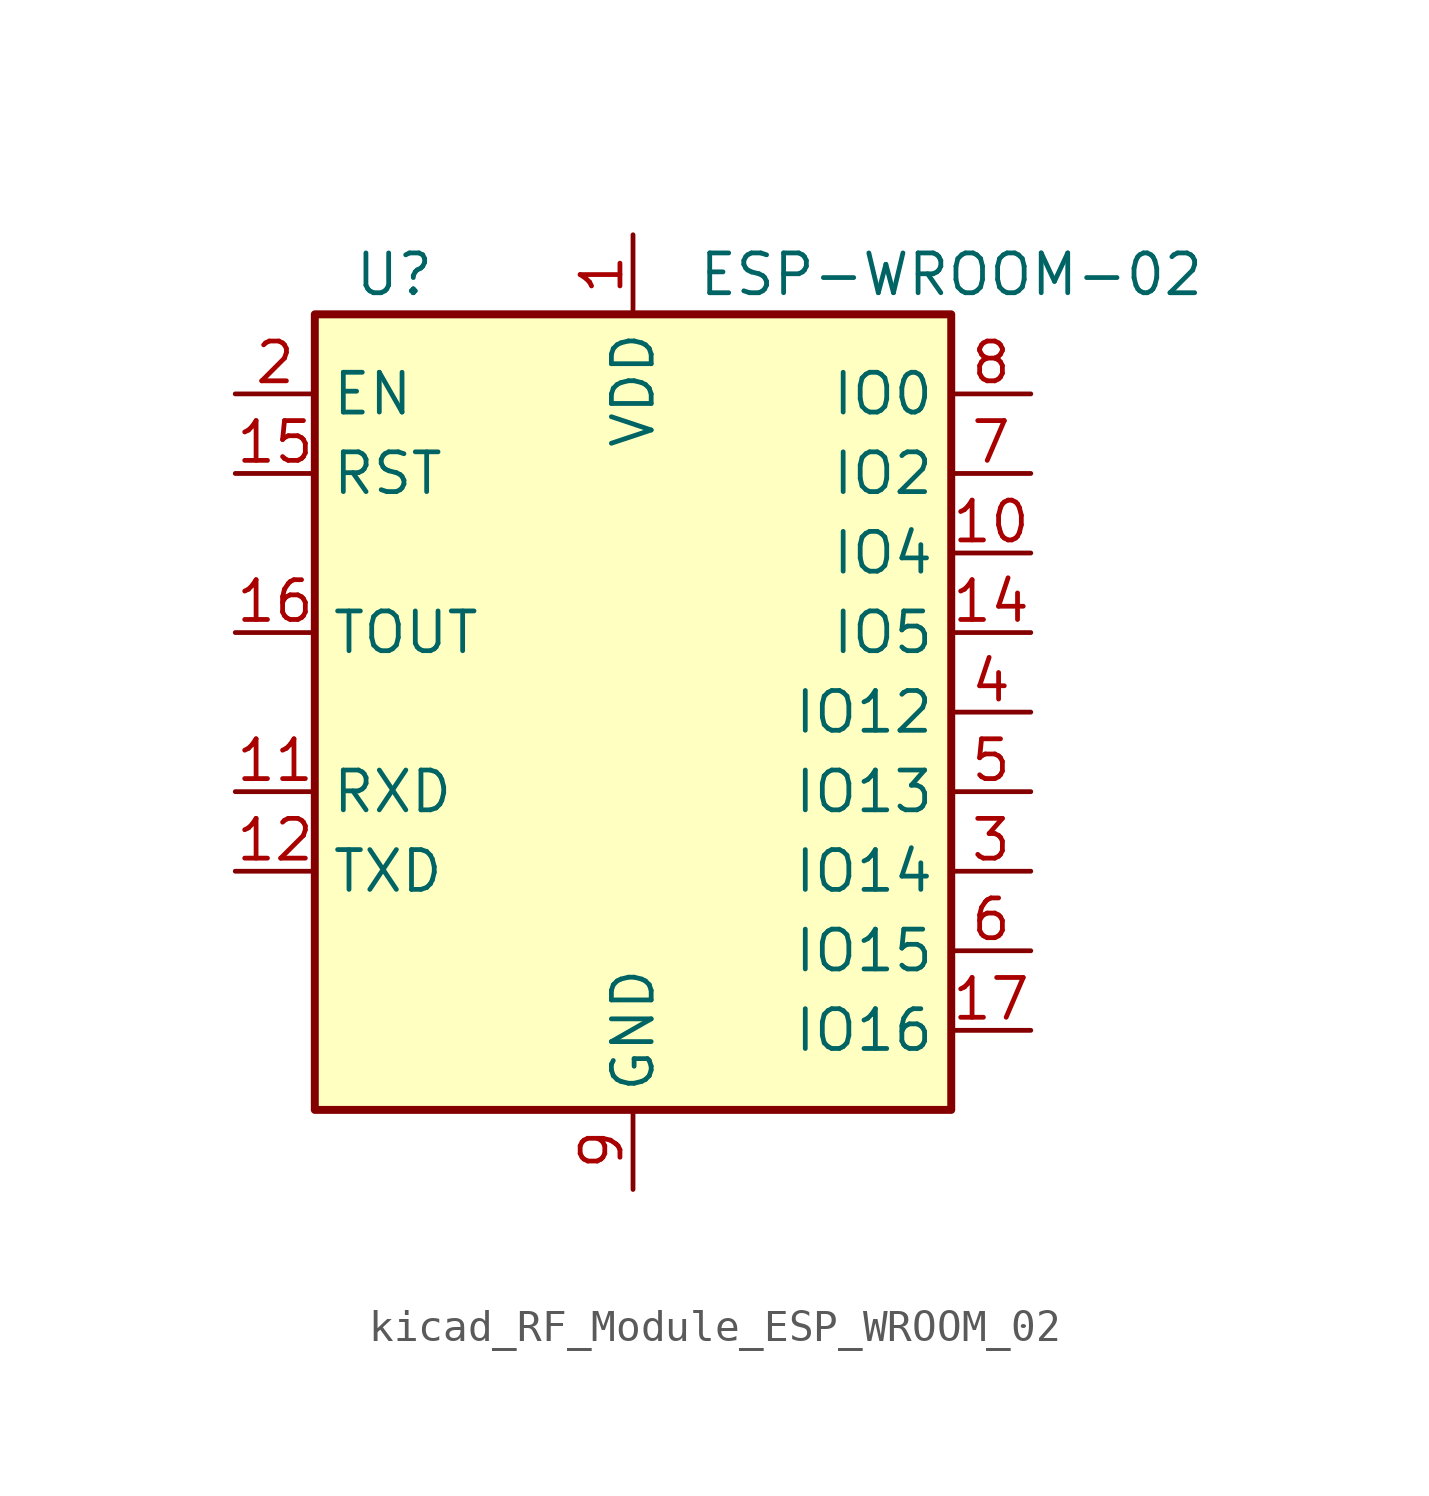
<source format=kicad_sym>
(kicad_symbol_lib
  (version 20220914)
  (generator kicad_symbol_editor)
  (symbol "kicad_RF_Module_ESP_WROOM_02"
    (property "Reference" "U"
      (at -7.62 13.97 0)
      (effects (font (size 1.27 1.27))))
    (property "Value" "ESP-WROOM-02"
      (at 10.16 13.97 0)
      (effects (font (size 1.27 1.27))))
    (symbol "kicad_RF_Module_ESP_WROOM_02_0_1"
      (rectangle (start 10.16 12.7) (end -10.16 -12.7) (stroke (width 0.254) (type default)) (fill (type background))))
    (symbol "kicad_RF_Module_ESP_WROOM_02_1_1"
      (pin power_in line (at 0 15.24 270) (length 2.54) (name "VDD" (effects (font (size 1.27 1.27)))) (number "1" (effects (font (size 1.27 1.27)))))
      (pin bidirectional line (at 12.7 5.08 180) (length 2.54) (name "IO4" (effects (font (size 1.27 1.27)))) (number "10" (effects (font (size 1.27 1.27)))))
      (pin bidirectional line (at -12.7 -2.54 0) (length 2.54) (name "RXD" (effects (font (size 1.27 1.27)))) (number "11" (effects (font (size 1.27 1.27)))))
      (pin bidirectional line (at -12.7 -5.08 0) (length 2.54) (name "TXD" (effects (font (size 1.27 1.27)))) (number "12" (effects (font (size 1.27 1.27)))))
      (pin passive line (at 0 -15.24 90) (length 2.54) hide (name "GND" (effects (font (size 1.27 1.27)))) (number "13" (effects (font (size 1.27 1.27)))))
      (pin bidirectional line (at 12.7 2.54 180) (length 2.54) (name "IO5" (effects (font (size 1.27 1.27)))) (number "14" (effects (font (size 1.27 1.27)))))
      (pin input line (at -12.7 7.62 0) (length 2.54) (name "RST" (effects (font (size 1.27 1.27)))) (number "15" (effects (font (size 1.27 1.27)))))
      (pin input line (at -12.7 2.54 0) (length 2.54) (name "TOUT" (effects (font (size 1.27 1.27)))) (number "16" (effects (font (size 1.27 1.27)))))
      (pin bidirectional line (at 12.7 -10.16 180) (length 2.54) (name "IO16" (effects (font (size 1.27 1.27)))) (number "17" (effects (font (size 1.27 1.27)))))
      (pin passive line (at 0 -15.24 90) (length 2.54) hide (name "GND" (effects (font (size 1.27 1.27)))) (number "18" (effects (font (size 1.27 1.27)))))
      (pin passive line (at 0 -15.24 90) (length 2.54) hide (name "GND" (effects (font (size 1.27 1.27)))) (number "19" (effects (font (size 1.27 1.27)))))
      (pin input line (at -12.7 10.16 0) (length 2.54) (name "EN" (effects (font (size 1.27 1.27)))) (number "2" (effects (font (size 1.27 1.27)))))
      (pin bidirectional line (at 12.7 -5.08 180) (length 2.54) (name "IO14" (effects (font (size 1.27 1.27)))) (number "3" (effects (font (size 1.27 1.27)))))
      (pin bidirectional line (at 12.7 0 180) (length 2.54) (name "IO12" (effects (font (size 1.27 1.27)))) (number "4" (effects (font (size 1.27 1.27)))))
      (pin bidirectional line (at 12.7 -2.54 180) (length 2.54) (name "IO13" (effects (font (size 1.27 1.27)))) (number "5" (effects (font (size 1.27 1.27)))))
      (pin bidirectional line (at 12.7 -7.62 180) (length 2.54) (name "IO15" (effects (font (size 1.27 1.27)))) (number "6" (effects (font (size 1.27 1.27)))))
      (pin bidirectional line (at 12.7 7.62 180) (length 2.54) (name "IO2" (effects (font (size 1.27 1.27)))) (number "7" (effects (font (size 1.27 1.27)))))
      (pin bidirectional line (at 12.7 10.16 180) (length 2.54) (name "IO0" (effects (font (size 1.27 1.27)))) (number "8" (effects (font (size 1.27 1.27)))))
      (pin power_in line (at 0 -15.24 90) (length 2.54) (name "GND" (effects (font (size 1.27 1.27)))) (number "9" (effects (font (size 1.27 1.27))))))))
</source>
